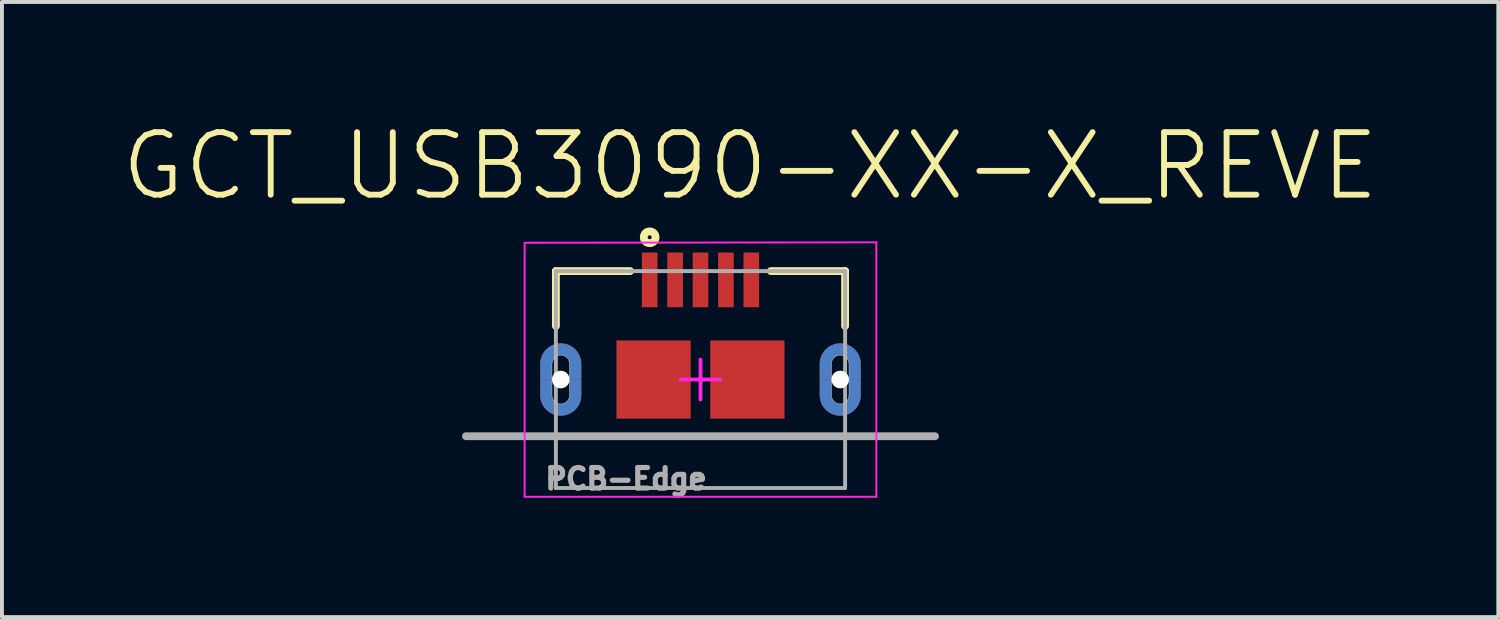
<source format=kicad_pcb>
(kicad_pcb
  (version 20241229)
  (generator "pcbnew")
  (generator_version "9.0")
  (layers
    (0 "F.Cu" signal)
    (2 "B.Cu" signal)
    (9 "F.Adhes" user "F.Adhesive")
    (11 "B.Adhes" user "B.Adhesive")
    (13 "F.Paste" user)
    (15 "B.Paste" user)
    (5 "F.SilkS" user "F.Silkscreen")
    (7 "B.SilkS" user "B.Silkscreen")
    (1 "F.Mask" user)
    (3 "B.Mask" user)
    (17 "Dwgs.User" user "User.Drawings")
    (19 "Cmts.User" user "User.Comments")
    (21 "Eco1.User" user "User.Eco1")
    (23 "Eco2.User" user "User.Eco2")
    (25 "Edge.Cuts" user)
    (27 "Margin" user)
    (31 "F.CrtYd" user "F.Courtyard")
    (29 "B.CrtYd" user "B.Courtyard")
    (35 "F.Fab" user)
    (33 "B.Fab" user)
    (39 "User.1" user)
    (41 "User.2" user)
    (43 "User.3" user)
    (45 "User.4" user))
  (footprint "GCT_USB3090-XX-X_REVE"
    (layer "F.Cu")
    (at 14.873 6.661)
    (property "Reference" "GCT_USB3090-XX-X_REVE" (at 1.27 -5.462 0) (layer "F.SilkS") (effects (font (size 1.6 1.6) (thickness 0.15))))
    (attr through_hole)
    (fp_poly (pts (xy -3.35 0) (xy -3.35 0.4) (xy -3.35 0.412) (xy -3.351 0.424) (xy -3.353 0.435) (xy -3.355 0.447) (xy -3.358 0.458) (xy -3.361 0.47) (xy -3.365 0.481) (xy -3.369 0.492) (xy -3.375 0.502) (xy -3.38 0.512) (xy -3.386 0.523) (xy -3.393 0.532) (xy -3.4 0.542) (xy -3.408 0.551) (xy -3.416 0.559) (xy -3.424 0.567) (xy -3.433 0.575) (xy -3.443 0.582) (xy -3.452 0.589) (xy -3.463 0.595) (xy -3.473 0.6) (xy -3.483 0.606) (xy -3.494 0.61) (xy -3.505 0.614) (xy -3.517 0.617) (xy -3.528 0.62) (xy -3.54 0.622) (xy -3.551 0.624) (xy -3.563 0.625) (xy -3.575 0.625) (xy -3.587 0.625) (xy -3.599 0.624) (xy -3.61 0.622) (xy -3.622 0.62) (xy -3.633 0.617) (xy -3.645 0.614) (xy -3.656 0.61) (xy -3.667 0.606) (xy -3.677 0.6) (xy -3.688 0.595) (xy -3.698 0.589) (xy -3.707 0.582) (xy -3.717 0.575) (xy -3.726 0.567) (xy -3.734 0.559) (xy -3.742 0.551) (xy -3.75 0.542) (xy -3.757 0.532) (xy -3.764 0.523) (xy -3.77 0.513) (xy -3.775 0.502) (xy -3.781 0.492) (xy -3.785 0.481) (xy -3.789 0.47) (xy -3.792 0.458) (xy -3.795 0.447) (xy -3.797 0.435) (xy -3.799 0.424) (xy -3.8 0.412) (xy -3.8 0.4) (xy -3.8 0) (xy -4.1 0) (xy -4.1 0.4) (xy -4.099 0.427) (xy -4.097 0.455) (xy -4.094 0.482) (xy -4.089 0.509) (xy -4.082 0.536) (xy -4.074 0.562) (xy -4.065 0.588) (xy -4.055 0.614) (xy -4.043 0.638) (xy -4.03 0.663) (xy -4.015 0.686) (xy -4 0.709) (xy -3.983 0.73) (xy -3.965 0.751) (xy -3.946 0.771) (xy -3.926 0.79) (xy -3.905 0.808) (xy -3.884 0.825) (xy -3.861 0.84) (xy -3.837 0.855) (xy -3.813 0.868) (xy -3.789 0.88) (xy -3.763 0.89) (xy -3.737 0.899) (xy -3.711 0.907) (xy -3.684 0.914) (xy -3.657 0.919) (xy -3.63 0.922) (xy -3.602 0.924) (xy -3.575 0.925) (xy -3.548 0.924) (xy -3.52 0.922) (xy -3.493 0.919) (xy -3.466 0.914) (xy -3.439 0.907) (xy -3.413 0.899) (xy -3.387 0.89) (xy -3.361 0.88) (xy -3.337 0.868) (xy -3.313 0.855) (xy -3.289 0.84) (xy -3.266 0.825) (xy -3.245 0.808) (xy -3.224 0.79) (xy -3.204 0.771) (xy -3.185 0.751) (xy -3.167 0.73) (xy -3.15 0.709) (xy -3.135 0.686) (xy -3.12 0.662) (xy -3.107 0.638) (xy -3.095 0.614) (xy -3.085 0.588) (xy -3.076 0.562) (xy -3.068 0.536) (xy -3.061 0.509) (xy -3.056 0.482) (xy -3.053 0.455) (xy -3.051 0.427) (xy -3.05 0.4) (xy -3.05 0) (xy -3.35 0)) (stroke (width 0.001) (type solid)) (fill yes) (layer "F.Cu"))
    (fp_poly (pts (xy 3.8 0) (xy 3.8 0.4) (xy 3.8 0.412) (xy 3.799 0.424) (xy 3.797 0.435) (xy 3.795 0.447) (xy 3.792 0.458) (xy 3.789 0.47) (xy 3.785 0.481) (xy 3.781 0.492) (xy 3.775 0.502) (xy 3.77 0.513) (xy 3.764 0.523) (xy 3.757 0.532) (xy 3.75 0.542) (xy 3.742 0.551) (xy 3.734 0.559) (xy 3.726 0.567) (xy 3.717 0.575) (xy 3.707 0.582) (xy 3.698 0.589) (xy 3.688 0.595) (xy 3.677 0.6) (xy 3.667 0.606) (xy 3.656 0.61) (xy 3.645 0.614) (xy 3.633 0.617) (xy 3.622 0.62) (xy 3.61 0.622) (xy 3.599 0.624) (xy 3.587 0.625) (xy 3.575 0.625) (xy 3.563 0.625) (xy 3.551 0.624) (xy 3.54 0.622) (xy 3.528 0.62) (xy 3.517 0.617) (xy 3.505 0.614) (xy 3.494 0.61) (xy 3.483 0.606) (xy 3.473 0.6) (xy 3.463 0.595) (xy 3.452 0.589) (xy 3.443 0.582) (xy 3.433 0.575) (xy 3.424 0.567) (xy 3.416 0.559) (xy 3.408 0.551) (xy 3.4 0.542) (xy 3.393 0.532) (xy 3.386 0.523) (xy 3.38 0.512) (xy 3.375 0.502) (xy 3.369 0.492) (xy 3.365 0.481) (xy 3.361 0.47) (xy 3.358 0.458) (xy 3.355 0.447) (xy 3.353 0.435) (xy 3.351 0.424) (xy 3.35 0.412) (xy 3.35 0.4) (xy 3.35 0) (xy 3.05 0) (xy 3.05 0.4) (xy 3.051 0.427) (xy 3.053 0.455) (xy 3.056 0.482) (xy 3.061 0.509) (xy 3.068 0.536) (xy 3.076 0.562) (xy 3.085 0.588) (xy 3.095 0.614) (xy 3.107 0.638) (xy 3.12 0.662) (xy 3.135 0.686) (xy 3.15 0.709) (xy 3.167 0.73) (xy 3.185 0.751) (xy 3.204 0.771) (xy 3.224 0.79) (xy 3.245 0.808) (xy 3.266 0.825) (xy 3.289 0.84) (xy 3.313 0.855) (xy 3.337 0.868) (xy 3.361 0.88) (xy 3.387 0.89) (xy 3.413 0.899) (xy 3.439 0.907) (xy 3.466 0.914) (xy 3.493 0.919) (xy 3.52 0.922) (xy 3.548 0.924) (xy 3.575 0.925) (xy 3.602 0.924) (xy 3.63 0.922) (xy 3.657 0.919) (xy 3.684 0.914) (xy 3.711 0.907) (xy 3.737 0.899) (xy 3.763 0.89) (xy 3.789 0.88) (xy 3.813 0.868) (xy 3.837 0.855) (xy 3.861 0.84) (xy 3.884 0.825) (xy 3.905 0.808) (xy 3.926 0.79) (xy 3.946 0.771) (xy 3.965 0.751) (xy 3.983 0.73) (xy 4 0.709) (xy 4.015 0.686) (xy 4.03 0.663) (xy 4.043 0.638) (xy 4.055 0.614) (xy 4.065 0.588) (xy 4.074 0.562) (xy 4.082 0.536) (xy 4.089 0.509) (xy 4.094 0.482) (xy 4.097 0.455) (xy 4.099 0.427) (xy 4.1 0.4) (xy 4.1 0) (xy 3.8 0)) (stroke (width 0.001) (type solid)) (fill yes) (layer "F.Cu"))
    (fp_poly (pts (xy -4.306 -1.15) (xy -2.85 -1.15) (xy -2.85 1.152) (xy -4.306 1.152)) (stroke (width 0.01) (type solid)) (fill yes) (layer "F.Mask"))
    (fp_poly (pts (xy 2.855 -1.15) (xy 4.3 -1.15) (xy 4.3 1.152) (xy 2.855 1.152)) (stroke (width 0.01) (type solid)) (fill yes) (layer "F.Mask"))
    (fp_poly (pts (xy -3.8 0) (xy -3.8 -0.4) (xy -3.8 -0.412) (xy -3.799 -0.424) (xy -3.797 -0.435) (xy -3.795 -0.447) (xy -3.792 -0.458) (xy -3.789 -0.47) (xy -3.785 -0.481) (xy -3.781 -0.492) (xy -3.775 -0.502) (xy -3.77 -0.513) (xy -3.764 -0.523) (xy -3.757 -0.532) (xy -3.75 -0.542) (xy -3.742 -0.551) (xy -3.734 -0.559) (xy -3.726 -0.567) (xy -3.717 -0.575) (xy -3.707 -0.582) (xy -3.698 -0.589) (xy -3.688 -0.595) (xy -3.677 -0.6) (xy -3.667 -0.606) (xy -3.656 -0.61) (xy -3.645 -0.614) (xy -3.633 -0.617) (xy -3.622 -0.62) (xy -3.61 -0.622) (xy -3.599 -0.624) (xy -3.587 -0.625) (xy -3.575 -0.625) (xy -3.563 -0.625) (xy -3.551 -0.624) (xy -3.54 -0.622) (xy -3.528 -0.62) (xy -3.517 -0.617) (xy -3.505 -0.614) (xy -3.494 -0.61) (xy -3.483 -0.606) (xy -3.473 -0.6) (xy -3.463 -0.595) (xy -3.452 -0.589) (xy -3.443 -0.582) (xy -3.433 -0.575) (xy -3.424 -0.567) (xy -3.416 -0.559) (xy -3.408 -0.551) (xy -3.4 -0.542) (xy -3.393 -0.532) (xy -3.386 -0.523) (xy -3.38 -0.512) (xy -3.375 -0.502) (xy -3.369 -0.492) (xy -3.365 -0.481) (xy -3.361 -0.47) (xy -3.358 -0.458) (xy -3.355 -0.447) (xy -3.353 -0.435) (xy -3.351 -0.424) (xy -3.35 -0.412) (xy -3.35 -0.4) (xy -3.35 0) (xy -3.05 0) (xy -3.05 -0.4) (xy -3.051 -0.427) (xy -3.053 -0.455) (xy -3.056 -0.482) (xy -3.061 -0.509) (xy -3.068 -0.536) (xy -3.076 -0.562) (xy -3.085 -0.588) (xy -3.095 -0.614) (xy -3.107 -0.638) (xy -3.12 -0.662) (xy -3.135 -0.686) (xy -3.15 -0.709) (xy -3.167 -0.73) (xy -3.185 -0.751) (xy -3.204 -0.771) (xy -3.224 -0.79) (xy -3.245 -0.808) (xy -3.266 -0.825) (xy -3.289 -0.84) (xy -3.313 -0.855) (xy -3.337 -0.868) (xy -3.361 -0.88) (xy -3.387 -0.89) (xy -3.413 -0.899) (xy -3.439 -0.907) (xy -3.466 -0.914) (xy -3.493 -0.919) (xy -3.52 -0.922) (xy -3.548 -0.924) (xy -3.575 -0.925) (xy -3.602 -0.924) (xy -3.63 -0.922) (xy -3.657 -0.919) (xy -3.684 -0.914) (xy -3.711 -0.907) (xy -3.737 -0.899) (xy -3.763 -0.89) (xy -3.789 -0.88) (xy -3.813 -0.868) (xy -3.837 -0.855) (xy -3.861 -0.84) (xy -3.884 -0.825) (xy -3.905 -0.808) (xy -3.926 -0.79) (xy -3.946 -0.771) (xy -3.965 -0.751) (xy -3.983 -0.73) (xy -4 -0.709) (xy -4.015 -0.686) (xy -4.03 -0.663) (xy -4.043 -0.638) (xy -4.055 -0.614) (xy -4.065 -0.588) (xy -4.074 -0.562) (xy -4.082 -0.536) (xy -4.089 -0.509) (xy -4.094 -0.482) (xy -4.097 -0.455) (xy -4.099 -0.427) (xy -4.1 -0.4) (xy -4.1 0) (xy -3.8 0)) (stroke (width 0.001) (type solid)) (fill yes) (layer "B.Cu"))
    (fp_poly (pts (xy -3.35 0) (xy -3.35 0.4) (xy -3.35 0.412) (xy -3.351 0.424) (xy -3.353 0.435) (xy -3.355 0.447) (xy -3.358 0.458) (xy -3.361 0.47) (xy -3.365 0.481) (xy -3.369 0.492) (xy -3.375 0.502) (xy -3.38 0.512) (xy -3.386 0.523) (xy -3.393 0.532) (xy -3.4 0.542) (xy -3.408 0.551) (xy -3.416 0.559) (xy -3.424 0.567) (xy -3.433 0.575) (xy -3.443 0.582) (xy -3.452 0.589) (xy -3.463 0.595) (xy -3.473 0.6) (xy -3.483 0.606) (xy -3.494 0.61) (xy -3.505 0.614) (xy -3.517 0.617) (xy -3.528 0.62) (xy -3.54 0.622) (xy -3.551 0.624) (xy -3.563 0.625) (xy -3.575 0.625) (xy -3.587 0.625) (xy -3.599 0.624) (xy -3.61 0.622) (xy -3.622 0.62) (xy -3.633 0.617) (xy -3.645 0.614) (xy -3.656 0.61) (xy -3.667 0.606) (xy -3.677 0.6) (xy -3.688 0.595) (xy -3.698 0.589) (xy -3.707 0.582) (xy -3.717 0.575) (xy -3.726 0.567) (xy -3.734 0.559) (xy -3.742 0.551) (xy -3.75 0.542) (xy -3.757 0.532) (xy -3.764 0.523) (xy -3.77 0.513) (xy -3.775 0.502) (xy -3.781 0.492) (xy -3.785 0.481) (xy -3.789 0.47) (xy -3.792 0.458) (xy -3.795 0.447) (xy -3.797 0.435) (xy -3.799 0.424) (xy -3.8 0.412) (xy -3.8 0.4) (xy -3.8 0) (xy -4.1 0) (xy -4.1 0.4) (xy -4.099 0.427) (xy -4.097 0.455) (xy -4.094 0.482) (xy -4.089 0.509) (xy -4.082 0.536) (xy -4.074 0.562) (xy -4.065 0.588) (xy -4.055 0.614) (xy -4.043 0.638) (xy -4.03 0.663) (xy -4.015 0.686) (xy -4 0.709) (xy -3.983 0.73) (xy -3.965 0.751) (xy -3.946 0.771) (xy -3.926 0.79) (xy -3.905 0.808) (xy -3.884 0.825) (xy -3.861 0.84) (xy -3.837 0.855) (xy -3.813 0.868) (xy -3.789 0.88) (xy -3.763 0.89) (xy -3.737 0.899) (xy -3.711 0.907) (xy -3.684 0.914) (xy -3.657 0.919) (xy -3.63 0.922) (xy -3.602 0.924) (xy -3.575 0.925) (xy -3.548 0.924) (xy -3.52 0.922) (xy -3.493 0.919) (xy -3.466 0.914) (xy -3.439 0.907) (xy -3.413 0.899) (xy -3.387 0.89) (xy -3.361 0.88) (xy -3.337 0.868) (xy -3.313 0.855) (xy -3.289 0.84) (xy -3.266 0.825) (xy -3.245 0.808) (xy -3.224 0.79) (xy -3.204 0.771) (xy -3.185 0.751) (xy -3.167 0.73) (xy -3.15 0.709) (xy -3.135 0.686) (xy -3.12 0.662) (xy -3.107 0.638) (xy -3.095 0.614) (xy -3.085 0.588) (xy -3.076 0.562) (xy -3.068 0.536) (xy -3.061 0.509) (xy -3.056 0.482) (xy -3.053 0.455) (xy -3.051 0.427) (xy -3.05 0.4) (xy -3.05 0) (xy -3.35 0)) (stroke (width 0.001) (type solid)) (fill yes) (layer "B.Cu"))
    (fp_poly (pts (xy 3.35 0) (xy 3.35 -0.4) (xy 3.35 -0.412) (xy 3.351 -0.424) (xy 3.353 -0.435) (xy 3.355 -0.447) (xy 3.358 -0.458) (xy 3.361 -0.47) (xy 3.365 -0.481) (xy 3.369 -0.492) (xy 3.375 -0.502) (xy 3.38 -0.512) (xy 3.386 -0.523) (xy 3.393 -0.532) (xy 3.4 -0.542) (xy 3.408 -0.551) (xy 3.416 -0.559) (xy 3.424 -0.567) (xy 3.433 -0.575) (xy 3.443 -0.582) (xy 3.452 -0.589) (xy 3.463 -0.595) (xy 3.473 -0.6) (xy 3.483 -0.606) (xy 3.494 -0.61) (xy 3.505 -0.614) (xy 3.517 -0.617) (xy 3.528 -0.62) (xy 3.54 -0.622) (xy 3.551 -0.624) (xy 3.563 -0.625) (xy 3.575 -0.625) (xy 3.587 -0.625) (xy 3.599 -0.624) (xy 3.61 -0.622) (xy 3.622 -0.62) (xy 3.633 -0.617) (xy 3.645 -0.614) (xy 3.656 -0.61) (xy 3.667 -0.606) (xy 3.677 -0.6) (xy 3.688 -0.595) (xy 3.698 -0.589) (xy 3.707 -0.582) (xy 3.717 -0.575) (xy 3.726 -0.567) (xy 3.734 -0.559) (xy 3.742 -0.551) (xy 3.75 -0.542) (xy 3.757 -0.532) (xy 3.764 -0.523) (xy 3.77 -0.513) (xy 3.775 -0.502) (xy 3.781 -0.492) (xy 3.785 -0.481) (xy 3.789 -0.47) (xy 3.792 -0.458) (xy 3.795 -0.447) (xy 3.797 -0.435) (xy 3.799 -0.424) (xy 3.8 -0.412) (xy 3.8 -0.4) (xy 3.8 0) (xy 4.1 0) (xy 4.1 -0.4) (xy 4.099 -0.427) (xy 4.097 -0.455) (xy 4.094 -0.482) (xy 4.089 -0.509) (xy 4.082 -0.536) (xy 4.074 -0.562) (xy 4.065 -0.588) (xy 4.055 -0.614) (xy 4.043 -0.638) (xy 4.03 -0.663) (xy 4.015 -0.686) (xy 4 -0.709) (xy 3.983 -0.73) (xy 3.965 -0.751) (xy 3.946 -0.771) (xy 3.926 -0.79) (xy 3.905 -0.808) (xy 3.884 -0.825) (xy 3.861 -0.84) (xy 3.837 -0.855) (xy 3.813 -0.868) (xy 3.789 -0.88) (xy 3.763 -0.89) (xy 3.737 -0.899) (xy 3.711 -0.907) (xy 3.684 -0.914) (xy 3.657 -0.919) (xy 3.63 -0.922) (xy 3.602 -0.924) (xy 3.575 -0.925) (xy 3.548 -0.924) (xy 3.52 -0.922) (xy 3.493 -0.919) (xy 3.466 -0.914) (xy 3.439 -0.907) (xy 3.413 -0.899) (xy 3.387 -0.89) (xy 3.361 -0.88) (xy 3.337 -0.868) (xy 3.313 -0.855) (xy 3.289 -0.84) (xy 3.266 -0.825) (xy 3.245 -0.808) (xy 3.224 -0.79) (xy 3.204 -0.771) (xy 3.185 -0.751) (xy 3.167 -0.73) (xy 3.15 -0.709) (xy 3.135 -0.686) (xy 3.12 -0.662) (xy 3.107 -0.638) (xy 3.095 -0.614) (xy 3.085 -0.588) (xy 3.076 -0.562) (xy 3.068 -0.536) (xy 3.061 -0.509) (xy 3.056 -0.482) (xy 3.053 -0.455) (xy 3.051 -0.427) (xy 3.05 -0.4) (xy 3.05 0) (xy 3.35 0)) (stroke (width 0.001) (type solid)) (fill yes) (layer "B.Cu"))
    (fp_poly (pts (xy 3.8 0) (xy 3.8 0.4) (xy 3.8 0.412) (xy 3.799 0.424) (xy 3.797 0.435) (xy 3.795 0.447) (xy 3.792 0.458) (xy 3.789 0.47) (xy 3.785 0.481) (xy 3.781 0.492) (xy 3.775 0.502) (xy 3.77 0.513) (xy 3.764 0.523) (xy 3.757 0.532) (xy 3.75 0.542) (xy 3.742 0.551) (xy 3.734 0.559) (xy 3.726 0.567) (xy 3.717 0.575) (xy 3.707 0.582) (xy 3.698 0.589) (xy 3.688 0.595) (xy 3.677 0.6) (xy 3.667 0.606) (xy 3.656 0.61) (xy 3.645 0.614) (xy 3.633 0.617) (xy 3.622 0.62) (xy 3.61 0.622) (xy 3.599 0.624) (xy 3.587 0.625) (xy 3.575 0.625) (xy 3.563 0.625) (xy 3.551 0.624) (xy 3.54 0.622) (xy 3.528 0.62) (xy 3.517 0.617) (xy 3.505 0.614) (xy 3.494 0.61) (xy 3.483 0.606) (xy 3.473 0.6) (xy 3.463 0.595) (xy 3.452 0.589) (xy 3.443 0.582) (xy 3.433 0.575) (xy 3.424 0.567) (xy 3.416 0.559) (xy 3.408 0.551) (xy 3.4 0.542) (xy 3.393 0.532) (xy 3.386 0.523) (xy 3.38 0.512) (xy 3.375 0.502) (xy 3.369 0.492) (xy 3.365 0.481) (xy 3.361 0.47) (xy 3.358 0.458) (xy 3.355 0.447) (xy 3.353 0.435) (xy 3.351 0.424) (xy 3.35 0.412) (xy 3.35 0.4) (xy 3.35 0) (xy 3.05 0) (xy 3.05 0.4) (xy 3.051 0.427) (xy 3.053 0.455) (xy 3.056 0.482) (xy 3.061 0.509) (xy 3.068 0.536) (xy 3.076 0.562) (xy 3.085 0.588) (xy 3.095 0.614) (xy 3.107 0.638) (xy 3.12 0.662) (xy 3.135 0.686) (xy 3.15 0.709) (xy 3.167 0.73) (xy 3.185 0.751) (xy 3.204 0.771) (xy 3.224 0.79) (xy 3.245 0.808) (xy 3.266 0.825) (xy 3.289 0.84) (xy 3.313 0.855) (xy 3.337 0.868) (xy 3.361 0.88) (xy 3.387 0.89) (xy 3.413 0.899) (xy 3.439 0.907) (xy 3.466 0.914) (xy 3.493 0.919) (xy 3.52 0.922) (xy 3.548 0.924) (xy 3.575 0.925) (xy 3.602 0.924) (xy 3.63 0.922) (xy 3.657 0.919) (xy 3.684 0.914) (xy 3.711 0.907) (xy 3.737 0.899) (xy 3.763 0.89) (xy 3.789 0.88) (xy 3.813 0.868) (xy 3.837 0.855) (xy 3.861 0.84) (xy 3.884 0.825) (xy 3.905 0.808) (xy 3.926 0.79) (xy 3.946 0.771) (xy 3.965 0.751) (xy 3.983 0.73) (xy 4 0.709) (xy 4.015 0.686) (xy 4.03 0.663) (xy 4.043 0.638) (xy 4.055 0.614) (xy 4.065 0.588) (xy 4.074 0.562) (xy 4.082 0.536) (xy 4.089 0.509) (xy 4.094 0.482) (xy 4.097 0.455) (xy 4.099 0.427) (xy 4.1 0.4) (xy 4.1 0) (xy 3.8 0)) (stroke (width 0.001) (type solid)) (fill yes) (layer "B.Cu"))
    (fp_poly (pts (xy -4.307 -1.15) (xy -2.85 -1.15) (xy -2.85 1.152) (xy -4.307 1.152)) (stroke (width 0.01) (type solid)) (fill yes) (layer "B.Mask"))
    (fp_poly (pts (xy 2.855 -1.15) (xy 4.3 -1.15) (xy 4.3 1.152) (xy 2.855 1.152)) (stroke (width 0.01) (type solid)) (fill yes) (layer "B.Mask"))
    (fp_line (start -3.7 -2.775) (end -1.8 -2.775) (stroke (width 0.2) (type solid)) (layer "F.SilkS"))
    (fp_line (start -3.7 -1.37) (end -3.7 -2.775) (stroke (width 0.2) (type solid)) (layer "F.SilkS"))
    (fp_line (start 1.8 -2.775) (end 3.7 -2.775) (stroke (width 0.2) (type solid)) (layer "F.SilkS"))
    (fp_line (start 3.7 -1.37) (end 3.7 -2.775) (stroke (width 0.2) (type solid)) (layer "F.SilkS"))
    (fp_circle (center -1.3 -3.64) (end -1.249 -3.64) (stroke (width 0.2) (type solid)) (fill no) (layer "F.SilkS"))
    (fp_poly (pts (xy -3.8 0) (xy -3.8 -0.4) (xy -3.8 -0.412) (xy -3.799 -0.424) (xy -3.797 -0.435) (xy -3.795 -0.447) (xy -3.792 -0.458) (xy -3.789 -0.47) (xy -3.785 -0.481) (xy -3.781 -0.492) (xy -3.775 -0.502) (xy -3.77 -0.513) (xy -3.764 -0.523) (xy -3.757 -0.532) (xy -3.75 -0.542) (xy -3.742 -0.551) (xy -3.734 -0.559) (xy -3.726 -0.567) (xy -3.717 -0.575) (xy -3.707 -0.582) (xy -3.698 -0.589) (xy -3.688 -0.595) (xy -3.677 -0.6) (xy -3.667 -0.606) (xy -3.656 -0.61) (xy -3.645 -0.614) (xy -3.633 -0.617) (xy -3.622 -0.62) (xy -3.61 -0.622) (xy -3.599 -0.624) (xy -3.587 -0.625) (xy -3.575 -0.625) (xy -3.563 -0.625) (xy -3.551 -0.624) (xy -3.54 -0.622) (xy -3.528 -0.62) (xy -3.517 -0.617) (xy -3.505 -0.614) (xy -3.494 -0.61) (xy -3.483 -0.606) (xy -3.473 -0.6) (xy -3.463 -0.595) (xy -3.452 -0.589) (xy -3.443 -0.582) (xy -3.433 -0.575) (xy -3.424 -0.567) (xy -3.416 -0.559) (xy -3.408 -0.551) (xy -3.4 -0.542) (xy -3.393 -0.532) (xy -3.386 -0.523) (xy -3.38 -0.512) (xy -3.375 -0.502) (xy -3.369 -0.492) (xy -3.365 -0.481) (xy -3.361 -0.47) (xy -3.358 -0.458) (xy -3.355 -0.447) (xy -3.353 -0.435) (xy -3.351 -0.424) (xy -3.35 -0.412) (xy -3.35 -0.4) (xy -3.35 0) (xy -3.05 0) (xy -3.05 -0.4) (xy -3.051 -0.427) (xy -3.053 -0.455) (xy -3.056 -0.482) (xy -3.061 -0.509) (xy -3.068 -0.536) (xy -3.076 -0.562) (xy -3.085 -0.588) (xy -3.095 -0.614) (xy -3.107 -0.638) (xy -3.12 -0.662) (xy -3.135 -0.686) (xy -3.15 -0.709) (xy -3.167 -0.73) (xy -3.185 -0.751) (xy -3.204 -0.771) (xy -3.224 -0.79) (xy -3.245 -0.808) (xy -3.266 -0.825) (xy -3.289 -0.84) (xy -3.313 -0.855) (xy -3.337 -0.868) (xy -3.361 -0.88) (xy -3.387 -0.89) (xy -3.413 -0.899) (xy -3.439 -0.907) (xy -3.466 -0.914) (xy -3.493 -0.919) (xy -3.52 -0.922) (xy -3.548 -0.924) (xy -3.575 -0.925) (xy -3.602 -0.924) (xy -3.63 -0.922) (xy -3.657 -0.919) (xy -3.684 -0.914) (xy -3.711 -0.907) (xy -3.737 -0.899) (xy -3.763 -0.89) (xy -3.789 -0.88) (xy -3.813 -0.868) (xy -3.837 -0.855) (xy -3.861 -0.84) (xy -3.884 -0.825) (xy -3.905 -0.808) (xy -3.926 -0.79) (xy -3.946 -0.771) (xy -3.965 -0.751) (xy -3.983 -0.73) (xy -4 -0.709) (xy -4.015 -0.686) (xy -4.03 -0.663) (xy -4.043 -0.638) (xy -4.055 -0.614) (xy -4.065 -0.588) (xy -4.074 -0.562) (xy -4.082 -0.536) (xy -4.089 -0.509) (xy -4.094 -0.482) (xy -4.097 -0.455) (xy -4.099 -0.427) (xy -4.1 -0.4) (xy -4.1 0) (xy -3.8 0)) (stroke (width 0.001) (type solid)) (fill yes) (layer "F.Paste"))
    (fp_poly (pts (xy -3.35 0) (xy -3.35 0.4) (xy -3.35 0.412) (xy -3.351 0.424) (xy -3.353 0.435) (xy -3.355 0.447) (xy -3.358 0.458) (xy -3.361 0.47) (xy -3.365 0.481) (xy -3.369 0.492) (xy -3.375 0.502) (xy -3.38 0.512) (xy -3.386 0.523) (xy -3.393 0.532) (xy -3.4 0.542) (xy -3.408 0.551) (xy -3.416 0.559) (xy -3.424 0.567) (xy -3.433 0.575) (xy -3.443 0.582) (xy -3.452 0.589) (xy -3.463 0.595) (xy -3.473 0.6) (xy -3.483 0.606) (xy -3.494 0.61) (xy -3.505 0.614) (xy -3.517 0.617) (xy -3.528 0.62) (xy -3.54 0.622) (xy -3.551 0.624) (xy -3.563 0.625) (xy -3.575 0.625) (xy -3.587 0.625) (xy -3.599 0.624) (xy -3.61 0.622) (xy -3.622 0.62) (xy -3.633 0.617) (xy -3.645 0.614) (xy -3.656 0.61) (xy -3.667 0.606) (xy -3.677 0.6) (xy -3.688 0.595) (xy -3.698 0.589) (xy -3.707 0.582) (xy -3.717 0.575) (xy -3.726 0.567) (xy -3.734 0.559) (xy -3.742 0.551) (xy -3.75 0.542) (xy -3.757 0.532) (xy -3.764 0.523) (xy -3.77 0.513) (xy -3.775 0.502) (xy -3.781 0.492) (xy -3.785 0.481) (xy -3.789 0.47) (xy -3.792 0.458) (xy -3.795 0.447) (xy -3.797 0.435) (xy -3.799 0.424) (xy -3.8 0.412) (xy -3.8 0.4) (xy -3.8 0) (xy -4.1 0) (xy -4.1 0.4) (xy -4.099 0.427) (xy -4.097 0.455) (xy -4.094 0.482) (xy -4.089 0.509) (xy -4.082 0.536) (xy -4.074 0.562) (xy -4.065 0.588) (xy -4.055 0.614) (xy -4.043 0.638) (xy -4.03 0.663) (xy -4.015 0.686) (xy -4 0.709) (xy -3.983 0.73) (xy -3.965 0.751) (xy -3.946 0.771) (xy -3.926 0.79) (xy -3.905 0.808) (xy -3.884 0.825) (xy -3.861 0.84) (xy -3.837 0.855) (xy -3.813 0.868) (xy -3.789 0.88) (xy -3.763 0.89) (xy -3.737 0.899) (xy -3.711 0.907) (xy -3.684 0.914) (xy -3.657 0.919) (xy -3.63 0.922) (xy -3.602 0.924) (xy -3.575 0.925) (xy -3.548 0.924) (xy -3.52 0.922) (xy -3.493 0.919) (xy -3.466 0.914) (xy -3.439 0.907) (xy -3.413 0.899) (xy -3.387 0.89) (xy -3.361 0.88) (xy -3.337 0.868) (xy -3.313 0.855) (xy -3.289 0.84) (xy -3.266 0.825) (xy -3.245 0.808) (xy -3.224 0.79) (xy -3.204 0.771) (xy -3.185 0.751) (xy -3.167 0.73) (xy -3.15 0.709) (xy -3.135 0.686) (xy -3.12 0.662) (xy -3.107 0.638) (xy -3.095 0.614) (xy -3.085 0.588) (xy -3.076 0.562) (xy -3.068 0.536) (xy -3.061 0.509) (xy -3.056 0.482) (xy -3.053 0.455) (xy -3.051 0.427) (xy -3.05 0.4) (xy -3.05 0) (xy -3.35 0)) (stroke (width 0.001) (type solid)) (fill yes) (layer "F.Paste"))
    (fp_poly (pts (xy 3.35 0) (xy 3.35 -0.4) (xy 3.35 -0.412) (xy 3.351 -0.424) (xy 3.353 -0.435) (xy 3.355 -0.447) (xy 3.358 -0.458) (xy 3.361 -0.47) (xy 3.365 -0.481) (xy 3.369 -0.492) (xy 3.375 -0.502) (xy 3.38 -0.512) (xy 3.386 -0.523) (xy 3.393 -0.532) (xy 3.4 -0.542) (xy 3.408 -0.551) (xy 3.416 -0.559) (xy 3.424 -0.567) (xy 3.433 -0.575) (xy 3.443 -0.582) (xy 3.452 -0.589) (xy 3.463 -0.595) (xy 3.473 -0.6) (xy 3.483 -0.606) (xy 3.494 -0.61) (xy 3.505 -0.614) (xy 3.517 -0.617) (xy 3.528 -0.62) (xy 3.54 -0.622) (xy 3.551 -0.624) (xy 3.563 -0.625) (xy 3.575 -0.625) (xy 3.587 -0.625) (xy 3.599 -0.624) (xy 3.61 -0.622) (xy 3.622 -0.62) (xy 3.633 -0.617) (xy 3.645 -0.614) (xy 3.656 -0.61) (xy 3.667 -0.606) (xy 3.677 -0.6) (xy 3.688 -0.595) (xy 3.698 -0.589) (xy 3.707 -0.582) (xy 3.717 -0.575) (xy 3.726 -0.567) (xy 3.734 -0.559) (xy 3.742 -0.551) (xy 3.75 -0.542) (xy 3.757 -0.532) (xy 3.764 -0.523) (xy 3.77 -0.513) (xy 3.775 -0.502) (xy 3.781 -0.492) (xy 3.785 -0.481) (xy 3.789 -0.47) (xy 3.792 -0.458) (xy 3.795 -0.447) (xy 3.797 -0.435) (xy 3.799 -0.424) (xy 3.8 -0.412) (xy 3.8 -0.4) (xy 3.8 0) (xy 4.1 0) (xy 4.1 -0.4) (xy 4.099 -0.427) (xy 4.097 -0.455) (xy 4.094 -0.482) (xy 4.089 -0.509) (xy 4.082 -0.536) (xy 4.074 -0.562) (xy 4.065 -0.588) (xy 4.055 -0.614) (xy 4.043 -0.638) (xy 4.03 -0.663) (xy 4.015 -0.686) (xy 4 -0.709) (xy 3.983 -0.73) (xy 3.965 -0.751) (xy 3.946 -0.771) (xy 3.926 -0.79) (xy 3.905 -0.808) (xy 3.884 -0.825) (xy 3.861 -0.84) (xy 3.837 -0.855) (xy 3.813 -0.868) (xy 3.789 -0.88) (xy 3.763 -0.89) (xy 3.737 -0.899) (xy 3.711 -0.907) (xy 3.684 -0.914) (xy 3.657 -0.919) (xy 3.63 -0.922) (xy 3.602 -0.924) (xy 3.575 -0.925) (xy 3.548 -0.924) (xy 3.52 -0.922) (xy 3.493 -0.919) (xy 3.466 -0.914) (xy 3.439 -0.907) (xy 3.413 -0.899) (xy 3.387 -0.89) (xy 3.361 -0.88) (xy 3.337 -0.868) (xy 3.313 -0.855) (xy 3.289 -0.84) (xy 3.266 -0.825) (xy 3.245 -0.808) (xy 3.224 -0.79) (xy 3.204 -0.771) (xy 3.185 -0.751) (xy 3.167 -0.73) (xy 3.15 -0.709) (xy 3.135 -0.686) (xy 3.12 -0.662) (xy 3.107 -0.638) (xy 3.095 -0.614) (xy 3.085 -0.588) (xy 3.076 -0.562) (xy 3.068 -0.536) (xy 3.061 -0.509) (xy 3.056 -0.482) (xy 3.053 -0.455) (xy 3.051 -0.427) (xy 3.05 -0.4) (xy 3.05 0) (xy 3.35 0)) (stroke (width 0.001) (type solid)) (fill yes) (layer "F.Paste"))
    (fp_poly (pts (xy 3.8 0) (xy 3.8 0.4) (xy 3.8 0.412) (xy 3.799 0.424) (xy 3.797 0.435) (xy 3.795 0.447) (xy 3.792 0.458) (xy 3.789 0.47) (xy 3.785 0.481) (xy 3.781 0.492) (xy 3.775 0.502) (xy 3.77 0.513) (xy 3.764 0.523) (xy 3.757 0.532) (xy 3.75 0.542) (xy 3.742 0.551) (xy 3.734 0.559) (xy 3.726 0.567) (xy 3.717 0.575) (xy 3.707 0.582) (xy 3.698 0.589) (xy 3.688 0.595) (xy 3.677 0.6) (xy 3.667 0.606) (xy 3.656 0.61) (xy 3.645 0.614) (xy 3.633 0.617) (xy 3.622 0.62) (xy 3.61 0.622) (xy 3.599 0.624) (xy 3.587 0.625) (xy 3.575 0.625) (xy 3.563 0.625) (xy 3.551 0.624) (xy 3.54 0.622) (xy 3.528 0.62) (xy 3.517 0.617) (xy 3.505 0.614) (xy 3.494 0.61) (xy 3.483 0.606) (xy 3.473 0.6) (xy 3.463 0.595) (xy 3.452 0.589) (xy 3.443 0.582) (xy 3.433 0.575) (xy 3.424 0.567) (xy 3.416 0.559) (xy 3.408 0.551) (xy 3.4 0.542) (xy 3.393 0.532) (xy 3.386 0.523) (xy 3.38 0.512) (xy 3.375 0.502) (xy 3.369 0.492) (xy 3.365 0.481) (xy 3.361 0.47) (xy 3.358 0.458) (xy 3.355 0.447) (xy 3.353 0.435) (xy 3.351 0.424) (xy 3.35 0.412) (xy 3.35 0.4) (xy 3.35 0) (xy 3.05 0) (xy 3.05 0.4) (xy 3.051 0.427) (xy 3.053 0.455) (xy 3.056 0.482) (xy 3.061 0.509) (xy 3.068 0.536) (xy 3.076 0.562) (xy 3.085 0.588) (xy 3.095 0.614) (xy 3.107 0.638) (xy 3.12 0.662) (xy 3.135 0.686) (xy 3.15 0.709) (xy 3.167 0.73) (xy 3.185 0.751) (xy 3.204 0.771) (xy 3.224 0.79) (xy 3.245 0.808) (xy 3.266 0.825) (xy 3.289 0.84) (xy 3.313 0.855) (xy 3.337 0.868) (xy 3.361 0.88) (xy 3.387 0.89) (xy 3.413 0.899) (xy 3.439 0.907) (xy 3.466 0.914) (xy 3.493 0.919) (xy 3.52 0.922) (xy 3.548 0.924) (xy 3.575 0.925) (xy 3.602 0.924) (xy 3.63 0.922) (xy 3.657 0.919) (xy 3.684 0.914) (xy 3.711 0.907) (xy 3.737 0.899) (xy 3.763 0.89) (xy 3.789 0.88) (xy 3.813 0.868) (xy 3.837 0.855) (xy 3.861 0.84) (xy 3.884 0.825) (xy 3.905 0.808) (xy 3.926 0.79) (xy 3.946 0.771) (xy 3.965 0.751) (xy 3.983 0.73) (xy 4 0.709) (xy 4.015 0.686) (xy 4.03 0.663) (xy 4.043 0.638) (xy 4.055 0.614) (xy 4.065 0.588) (xy 4.074 0.562) (xy 4.082 0.536) (xy 4.089 0.509) (xy 4.094 0.482) (xy 4.097 0.455) (xy 4.099 0.427) (xy 4.1 0.4) (xy 4.1 0) (xy 3.8 0)) (stroke (width 0.001) (type solid)) (fill yes) (layer "F.Paste"))
    (fp_poly (pts (xy -3.8 0) (xy -3.8 -0.4) (xy -3.8 -0.412) (xy -3.799 -0.424) (xy -3.797 -0.435) (xy -3.795 -0.447) (xy -3.792 -0.458) (xy -3.789 -0.47) (xy -3.785 -0.481) (xy -3.781 -0.492) (xy -3.775 -0.502) (xy -3.77 -0.513) (xy -3.764 -0.523) (xy -3.757 -0.532) (xy -3.75 -0.542) (xy -3.742 -0.551) (xy -3.734 -0.559) (xy -3.726 -0.567) (xy -3.717 -0.575) (xy -3.707 -0.582) (xy -3.698 -0.589) (xy -3.688 -0.595) (xy -3.677 -0.6) (xy -3.667 -0.606) (xy -3.656 -0.61) (xy -3.645 -0.614) (xy -3.633 -0.617) (xy -3.622 -0.62) (xy -3.61 -0.622) (xy -3.599 -0.624) (xy -3.587 -0.625) (xy -3.575 -0.625) (xy -3.563 -0.625) (xy -3.551 -0.624) (xy -3.54 -0.622) (xy -3.528 -0.62) (xy -3.517 -0.617) (xy -3.505 -0.614) (xy -3.494 -0.61) (xy -3.483 -0.606) (xy -3.473 -0.6) (xy -3.463 -0.595) (xy -3.452 -0.589) (xy -3.443 -0.582) (xy -3.433 -0.575) (xy -3.424 -0.567) (xy -3.416 -0.559) (xy -3.408 -0.551) (xy -3.4 -0.542) (xy -3.393 -0.532) (xy -3.386 -0.523) (xy -3.38 -0.512) (xy -3.375 -0.502) (xy -3.369 -0.492) (xy -3.365 -0.481) (xy -3.361 -0.47) (xy -3.358 -0.458) (xy -3.355 -0.447) (xy -3.353 -0.435) (xy -3.351 -0.424) (xy -3.35 -0.412) (xy -3.35 -0.4) (xy -3.35 0) (xy -3.05 0) (xy -3.05 -0.4) (xy -3.051 -0.427) (xy -3.053 -0.455) (xy -3.056 -0.482) (xy -3.061 -0.509) (xy -3.068 -0.536) (xy -3.076 -0.562) (xy -3.085 -0.588) (xy -3.095 -0.614) (xy -3.107 -0.638) (xy -3.12 -0.662) (xy -3.135 -0.686) (xy -3.15 -0.709) (xy -3.167 -0.73) (xy -3.185 -0.751) (xy -3.204 -0.771) (xy -3.224 -0.79) (xy -3.245 -0.808) (xy -3.266 -0.825) (xy -3.289 -0.84) (xy -3.313 -0.855) (xy -3.337 -0.868) (xy -3.361 -0.88) (xy -3.387 -0.89) (xy -3.413 -0.899) (xy -3.439 -0.907) (xy -3.466 -0.914) (xy -3.493 -0.919) (xy -3.52 -0.922) (xy -3.548 -0.924) (xy -3.575 -0.925) (xy -3.602 -0.924) (xy -3.63 -0.922) (xy -3.657 -0.919) (xy -3.684 -0.914) (xy -3.711 -0.907) (xy -3.737 -0.899) (xy -3.763 -0.89) (xy -3.789 -0.88) (xy -3.813 -0.868) (xy -3.837 -0.855) (xy -3.861 -0.84) (xy -3.884 -0.825) (xy -3.905 -0.808) (xy -3.926 -0.79) (xy -3.946 -0.771) (xy -3.965 -0.751) (xy -3.983 -0.73) (xy -4 -0.709) (xy -4.015 -0.686) (xy -4.03 -0.663) (xy -4.043 -0.638) (xy -4.055 -0.614) (xy -4.065 -0.588) (xy -4.074 -0.562) (xy -4.082 -0.536) (xy -4.089 -0.509) (xy -4.094 -0.482) (xy -4.097 -0.455) (xy -4.099 -0.427) (xy -4.1 -0.4) (xy -4.1 0) (xy -3.8 0)) (stroke (width 0.001) (type solid)) (fill yes) (layer "B.Paste"))
    (fp_poly (pts (xy -3.35 0) (xy -3.35 0.4) (xy -3.35 0.412) (xy -3.351 0.424) (xy -3.353 0.435) (xy -3.355 0.447) (xy -3.358 0.458) (xy -3.361 0.47) (xy -3.365 0.481) (xy -3.369 0.492) (xy -3.375 0.502) (xy -3.38 0.512) (xy -3.386 0.523) (xy -3.393 0.532) (xy -3.4 0.542) (xy -3.408 0.551) (xy -3.416 0.559) (xy -3.424 0.567) (xy -3.433 0.575) (xy -3.443 0.582) (xy -3.452 0.589) (xy -3.463 0.595) (xy -3.473 0.6) (xy -3.483 0.606) (xy -3.494 0.61) (xy -3.505 0.614) (xy -3.517 0.617) (xy -3.528 0.62) (xy -3.54 0.622) (xy -3.551 0.624) (xy -3.563 0.625) (xy -3.575 0.625) (xy -3.587 0.625) (xy -3.599 0.624) (xy -3.61 0.622) (xy -3.622 0.62) (xy -3.633 0.617) (xy -3.645 0.614) (xy -3.656 0.61) (xy -3.667 0.606) (xy -3.677 0.6) (xy -3.688 0.595) (xy -3.698 0.589) (xy -3.707 0.582) (xy -3.717 0.575) (xy -3.726 0.567) (xy -3.734 0.559) (xy -3.742 0.551) (xy -3.75 0.542) (xy -3.757 0.532) (xy -3.764 0.523) (xy -3.77 0.513) (xy -3.775 0.502) (xy -3.781 0.492) (xy -3.785 0.481) (xy -3.789 0.47) (xy -3.792 0.458) (xy -3.795 0.447) (xy -3.797 0.435) (xy -3.799 0.424) (xy -3.8 0.412) (xy -3.8 0.4) (xy -3.8 0) (xy -4.1 0) (xy -4.1 0.4) (xy -4.099 0.427) (xy -4.097 0.455) (xy -4.094 0.482) (xy -4.089 0.509) (xy -4.082 0.536) (xy -4.074 0.562) (xy -4.065 0.588) (xy -4.055 0.614) (xy -4.043 0.638) (xy -4.03 0.663) (xy -4.015 0.686) (xy -4 0.709) (xy -3.983 0.73) (xy -3.965 0.751) (xy -3.946 0.771) (xy -3.926 0.79) (xy -3.905 0.808) (xy -3.884 0.825) (xy -3.861 0.84) (xy -3.837 0.855) (xy -3.813 0.868) (xy -3.789 0.88) (xy -3.763 0.89) (xy -3.737 0.899) (xy -3.711 0.907) (xy -3.684 0.914) (xy -3.657 0.919) (xy -3.63 0.922) (xy -3.602 0.924) (xy -3.575 0.925) (xy -3.548 0.924) (xy -3.52 0.922) (xy -3.493 0.919) (xy -3.466 0.914) (xy -3.439 0.907) (xy -3.413 0.899) (xy -3.387 0.89) (xy -3.361 0.88) (xy -3.337 0.868) (xy -3.313 0.855) (xy -3.289 0.84) (xy -3.266 0.825) (xy -3.245 0.808) (xy -3.224 0.79) (xy -3.204 0.771) (xy -3.185 0.751) (xy -3.167 0.73) (xy -3.15 0.709) (xy -3.135 0.686) (xy -3.12 0.662) (xy -3.107 0.638) (xy -3.095 0.614) (xy -3.085 0.588) (xy -3.076 0.562) (xy -3.068 0.536) (xy -3.061 0.509) (xy -3.056 0.482) (xy -3.053 0.455) (xy -3.051 0.427) (xy -3.05 0.4) (xy -3.05 0) (xy -3.35 0)) (stroke (width 0.001) (type solid)) (fill yes) (layer "B.Paste"))
    (fp_poly (pts (xy 3.35 0) (xy 3.35 -0.4) (xy 3.35 -0.412) (xy 3.351 -0.424) (xy 3.353 -0.435) (xy 3.355 -0.447) (xy 3.358 -0.458) (xy 3.361 -0.47) (xy 3.365 -0.481) (xy 3.369 -0.492) (xy 3.375 -0.502) (xy 3.38 -0.512) (xy 3.386 -0.523) (xy 3.393 -0.532) (xy 3.4 -0.542) (xy 3.408 -0.551) (xy 3.416 -0.559) (xy 3.424 -0.567) (xy 3.433 -0.575) (xy 3.443 -0.582) (xy 3.452 -0.589) (xy 3.463 -0.595) (xy 3.473 -0.6) (xy 3.483 -0.606) (xy 3.494 -0.61) (xy 3.505 -0.614) (xy 3.517 -0.617) (xy 3.528 -0.62) (xy 3.54 -0.622) (xy 3.551 -0.624) (xy 3.563 -0.625) (xy 3.575 -0.625) (xy 3.587 -0.625) (xy 3.599 -0.624) (xy 3.61 -0.622) (xy 3.622 -0.62) (xy 3.633 -0.617) (xy 3.645 -0.614) (xy 3.656 -0.61) (xy 3.667 -0.606) (xy 3.677 -0.6) (xy 3.688 -0.595) (xy 3.698 -0.589) (xy 3.707 -0.582) (xy 3.717 -0.575) (xy 3.726 -0.567) (xy 3.734 -0.559) (xy 3.742 -0.551) (xy 3.75 -0.542) (xy 3.757 -0.532) (xy 3.764 -0.523) (xy 3.77 -0.513) (xy 3.775 -0.502) (xy 3.781 -0.492) (xy 3.785 -0.481) (xy 3.789 -0.47) (xy 3.792 -0.458) (xy 3.795 -0.447) (xy 3.797 -0.435) (xy 3.799 -0.424) (xy 3.8 -0.412) (xy 3.8 -0.4) (xy 3.8 0) (xy 4.1 0) (xy 4.1 -0.4) (xy 4.099 -0.427) (xy 4.097 -0.455) (xy 4.094 -0.482) (xy 4.089 -0.509) (xy 4.082 -0.536) (xy 4.074 -0.562) (xy 4.065 -0.588) (xy 4.055 -0.614) (xy 4.043 -0.638) (xy 4.03 -0.663) (xy 4.015 -0.686) (xy 4 -0.709) (xy 3.983 -0.73) (xy 3.965 -0.751) (xy 3.946 -0.771) (xy 3.926 -0.79) (xy 3.905 -0.808) (xy 3.884 -0.825) (xy 3.861 -0.84) (xy 3.837 -0.855) (xy 3.813 -0.868) (xy 3.789 -0.88) (xy 3.763 -0.89) (xy 3.737 -0.899) (xy 3.711 -0.907) (xy 3.684 -0.914) (xy 3.657 -0.919) (xy 3.63 -0.922) (xy 3.602 -0.924) (xy 3.575 -0.925) (xy 3.548 -0.924) (xy 3.52 -0.922) (xy 3.493 -0.919) (xy 3.466 -0.914) (xy 3.439 -0.907) (xy 3.413 -0.899) (xy 3.387 -0.89) (xy 3.361 -0.88) (xy 3.337 -0.868) (xy 3.313 -0.855) (xy 3.289 -0.84) (xy 3.266 -0.825) (xy 3.245 -0.808) (xy 3.224 -0.79) (xy 3.204 -0.771) (xy 3.185 -0.751) (xy 3.167 -0.73) (xy 3.15 -0.709) (xy 3.135 -0.686) (xy 3.12 -0.662) (xy 3.107 -0.638) (xy 3.095 -0.614) (xy 3.085 -0.588) (xy 3.076 -0.562) (xy 3.068 -0.536) (xy 3.061 -0.509) (xy 3.056 -0.482) (xy 3.053 -0.455) (xy 3.051 -0.427) (xy 3.05 -0.4) (xy 3.05 0) (xy 3.35 0)) (stroke (width 0.001) (type solid)) (fill yes) (layer "B.Paste"))
    (fp_poly (pts (xy 3.8 0) (xy 3.8 0.4) (xy 3.8 0.412) (xy 3.799 0.424) (xy 3.797 0.435) (xy 3.795 0.447) (xy 3.792 0.458) (xy 3.789 0.47) (xy 3.785 0.481) (xy 3.781 0.492) (xy 3.775 0.502) (xy 3.77 0.513) (xy 3.764 0.523) (xy 3.757 0.532) (xy 3.75 0.542) (xy 3.742 0.551) (xy 3.734 0.559) (xy 3.726 0.567) (xy 3.717 0.575) (xy 3.707 0.582) (xy 3.698 0.589) (xy 3.688 0.595) (xy 3.677 0.6) (xy 3.667 0.606) (xy 3.656 0.61) (xy 3.645 0.614) (xy 3.633 0.617) (xy 3.622 0.62) (xy 3.61 0.622) (xy 3.599 0.624) (xy 3.587 0.625) (xy 3.575 0.625) (xy 3.563 0.625) (xy 3.551 0.624) (xy 3.54 0.622) (xy 3.528 0.62) (xy 3.517 0.617) (xy 3.505 0.614) (xy 3.494 0.61) (xy 3.483 0.606) (xy 3.473 0.6) (xy 3.463 0.595) (xy 3.452 0.589) (xy 3.443 0.582) (xy 3.433 0.575) (xy 3.424 0.567) (xy 3.416 0.559) (xy 3.408 0.551) (xy 3.4 0.542) (xy 3.393 0.532) (xy 3.386 0.523) (xy 3.38 0.512) (xy 3.375 0.502) (xy 3.369 0.492) (xy 3.365 0.481) (xy 3.361 0.47) (xy 3.358 0.458) (xy 3.355 0.447) (xy 3.353 0.435) (xy 3.351 0.424) (xy 3.35 0.412) (xy 3.35 0.4) (xy 3.35 0) (xy 3.05 0) (xy 3.05 0.4) (xy 3.051 0.427) (xy 3.053 0.455) (xy 3.056 0.482) (xy 3.061 0.509) (xy 3.068 0.536) (xy 3.076 0.562) (xy 3.085 0.588) (xy 3.095 0.614) (xy 3.107 0.638) (xy 3.12 0.662) (xy 3.135 0.686) (xy 3.15 0.709) (xy 3.167 0.73) (xy 3.185 0.751) (xy 3.204 0.771) (xy 3.224 0.79) (xy 3.245 0.808) (xy 3.266 0.825) (xy 3.289 0.84) (xy 3.313 0.855) (xy 3.337 0.868) (xy 3.361 0.88) (xy 3.387 0.89) (xy 3.413 0.899) (xy 3.439 0.907) (xy 3.466 0.914) (xy 3.493 0.919) (xy 3.52 0.922) (xy 3.548 0.924) (xy 3.575 0.925) (xy 3.602 0.924) (xy 3.63 0.922) (xy 3.657 0.919) (xy 3.684 0.914) (xy 3.711 0.907) (xy 3.737 0.899) (xy 3.763 0.89) (xy 3.789 0.88) (xy 3.813 0.868) (xy 3.837 0.855) (xy 3.861 0.84) (xy 3.884 0.825) (xy 3.905 0.808) (xy 3.926 0.79) (xy 3.946 0.771) (xy 3.965 0.751) (xy 3.983 0.73) (xy 4 0.709) (xy 4.015 0.686) (xy 4.03 0.663) (xy 4.043 0.638) (xy 4.055 0.614) (xy 4.065 0.588) (xy 4.074 0.562) (xy 4.082 0.536) (xy 4.089 0.509) (xy 4.094 0.482) (xy 4.097 0.455) (xy 4.099 0.427) (xy 4.1 0.4) (xy 4.1 0) (xy 3.8 0)) (stroke (width 0.001) (type solid)) (fill yes) (layer "B.Paste"))
    (fp_line (start -3.8 0.4) (end -3.8 -0.4) (stroke (width 0.01) (type solid)) (layer "Edge.Cuts"))
    (fp_line (start -3.35 -0.4) (end -3.35 0.4) (stroke (width 0.01) (type solid)) (layer "Edge.Cuts"))
    (fp_line (start 3.35 0.4) (end 3.35 -0.4) (stroke (width 0.01) (type solid)) (layer "Edge.Cuts"))
    (fp_line (start 3.8 -0.4) (end 3.8 0.4) (stroke (width 0.01) (type solid)) (layer "Edge.Cuts"))
    (fp_arc (start -3.8 -0.4) (mid -3.734099 -0.559099) (end -3.575 -0.625) (stroke (width 0.01) (type solid)) (layer "Edge.Cuts"))
    (fp_arc (start -3.575 -0.625) (mid -3.415901 -0.559099) (end -3.35 -0.4) (stroke (width 0.01) (type solid)) (layer "Edge.Cuts"))
    (fp_arc (start -3.575 0.625) (mid -3.734099 0.559099) (end -3.8 0.4) (stroke (width 0.01) (type solid)) (layer "Edge.Cuts"))
    (fp_arc (start -3.35 0.4) (mid -3.415901 0.559099) (end -3.575 0.625) (stroke (width 0.01) (type solid)) (layer "Edge.Cuts"))
    (fp_arc (start 3.35 -0.4) (mid 3.415901 -0.559099) (end 3.575 -0.625) (stroke (width 0.01) (type solid)) (layer "Edge.Cuts"))
    (fp_arc (start 3.575 -0.625) (mid 3.734099 -0.559099) (end 3.8 -0.4) (stroke (width 0.01) (type solid)) (layer "Edge.Cuts"))
    (fp_arc (start 3.575 0.625) (mid 3.415901 0.559099) (end 3.35 0.4) (stroke (width 0.01) (type solid)) (layer "Edge.Cuts"))
    (fp_arc (start 3.8 0.4) (mid 3.734099 0.559099) (end 3.575 0.625) (stroke (width 0.01) (type solid)) (layer "Edge.Cuts"))
    (fp_line (start -4.5 -3.5) (end 4.5 -3.51) (stroke (width 0.05) (type solid)) (layer "F.CrtYd"))
    (fp_line (start -4.5 3) (end -4.5 -3.5) (stroke (width 0.05) (type solid)) (layer "F.CrtYd"))
    (fp_line (start -4.5 3) (end 4.5 3) (stroke (width 0.05) (type solid)) (layer "F.CrtYd"))
    (fp_line (start -0.508 0) (end 0.508 0) (stroke (width 0.1) (type solid)) (layer "F.CrtYd"))
    (fp_line (start 0 0.508) (end 0 -0.508) (stroke (width 0.1) (type solid)) (layer "F.CrtYd"))
    (fp_line (start 4.5 3) (end 4.5 -3.51) (stroke (width 0.05) (type solid)) (layer "F.CrtYd"))
    (fp_line (start -6 1.45) (end 6 1.45) (stroke (width 0.2) (type solid)) (layer "F.Fab"))
    (fp_line (start -3.7 -2.775) (end 3.7 -2.775) (stroke (width 0.1) (type solid)) (layer "F.Fab"))
    (fp_line (start -3.7 2.775) (end -3.7 -2.775) (stroke (width 0.1) (type solid)) (layer "F.Fab"))
    (fp_line (start -3.7 2.775) (end 3.7 2.775) (stroke (width 0.1) (type solid)) (layer "F.Fab"))
    (fp_line (start 3.7 2.775) (end 3.7 -2.775) (stroke (width 0.1) (type solid)) (layer "F.Fab"))
    (fp_text user "PCB-Edge" (at -1.905 2.54 0) (layer "F.Fab") (effects (font (size 0.525 0.525) (thickness 0.15))))
    (pad "" np_thru_hole circle (at -3.575 0) (size 0.45 0.45) (drill 0.45) (layers "*.Cu" "*.Mask"))
    (pad "" np_thru_hole circle (at 3.575 0) (size 0.45 0.45) (drill 0.45) (layers "*.Cu" "*.Mask"))
    (pad "1" smd rect (at -1.3 -2.55) (size 0.4 1.4) (layers "F.Cu" "F.Mask" "F.Paste"))
    (pad "2" smd rect (at -0.65 -2.55) (size 0.4 1.4) (layers "F.Cu" "F.Mask" "F.Paste"))
    (pad "3" smd rect (at 0 -2.55) (size 0.4 1.4) (layers "F.Cu" "F.Mask" "F.Paste"))
    (pad "4" smd rect (at 0.65 -2.55) (size 0.4 1.4) (layers "F.Cu" "F.Mask" "F.Paste"))
    (pad "5" smd rect (at 1.3 -2.55) (size 0.4 1.4) (layers "F.Cu" "F.Mask" "F.Paste"))
    (pad "6" smd custom (at -3.87 -0.63) (size 0.1 0.1) (layers "F.Cu") (options (anchor rect)) (primitives (gr_poly (pts (xy 0.07 0.63) (xy 0.07 0.23) (xy 0.07 0.218) (xy 0.071 0.206) (xy 0.073 0.195) (xy 0.075 0.183) (xy 0.078 0.172) (xy 0.081 0.16) (xy 0.085 0.149) (xy 0.089 0.138) (xy 0.095 0.128) (xy 0.1 0.117) (xy 0.106 0.107) (xy 0.113 0.098) (xy 0.12 0.088) (xy 0.128 0.079) (xy 0.136 0.071) (xy 0.144 0.063) (xy 0.153 0.055) (xy 0.163 0.048) (xy 0.172 0.041) (xy 0.182 0.035) (xy 0.193 0.03) (xy 0.203 0.024) (xy 0.214 0.02) (xy 0.225 0.016) (xy 0.237 0.013) (xy 0.248 0.01) (xy 0.26 0.008) (xy 0.271 0.006) (xy 0.283 0.005) (xy 0.295 0.005) (xy 0.307 0.005) (xy 0.319 0.006) (xy 0.33 0.008) (xy 0.342 0.01) (xy 0.353 0.013) (xy 0.365 0.016) (xy 0.376 0.02) (xy 0.387 0.024) (xy 0.397 0.03) (xy 0.407 0.035) (xy 0.418 0.041) (xy 0.427 0.048) (xy 0.437 0.055) (xy 0.446 0.063) (xy 0.454 0.071) (xy 0.462 0.079) (xy 0.47 0.088) (xy 0.477 0.098) (xy 0.484 0.107) (xy 0.49 0.118) (xy 0.495 0.128) (xy 0.501 0.138) (xy 0.505 0.149) (xy 0.509 0.16) (xy 0.512 0.172) (xy 0.515 0.183) (xy 0.517 0.195) (xy 0.519 0.206) (xy 0.52 0.218) (xy 0.52 0.23) (xy 0.52 0.63) (xy 0.82 0.63) (xy 0.82 0.23) (xy 0.819 0.203) (xy 0.817 0.175) (xy 0.814 0.148) (xy 0.809 0.121) (xy 0.802 0.094) (xy 0.794 0.068) (xy 0.785 0.042) (xy 0.775 0.016) (xy 0.763 -0.008) (xy 0.75 -0.032) (xy 0.735 -0.056) (xy 0.72 -0.079) (xy 0.703 -0.1) (xy 0.685 -0.121) (xy 0.666 -0.141) (xy 0.646 -0.16) (xy 0.625 -0.178) (xy 0.604 -0.195) (xy 0.581 -0.21) (xy 0.557 -0.225) (xy 0.533 -0.238) (xy 0.509 -0.25) (xy 0.483 -0.26) (xy 0.457 -0.269) (xy 0.431 -0.277) (xy 0.404 -0.284) (xy 0.377 -0.289) (xy 0.35 -0.292) (xy 0.322 -0.294) (xy 0.295 -0.295) (xy 0.268 -0.294) (xy 0.24 -0.292) (xy 0.213 -0.289) (xy 0.186 -0.284) (xy 0.159 -0.277) (xy 0.133 -0.269) (xy 0.107 -0.26) (xy 0.081 -0.25) (xy 0.057 -0.238) (xy 0.033 -0.225) (xy 0.009 -0.21) (xy -0.014 -0.195) (xy -0.035 -0.178) (xy -0.056 -0.16) (xy -0.076 -0.141) (xy -0.095 -0.121) (xy -0.113 -0.1) (xy -0.13 -0.079) (xy -0.145 -0.056) (xy -0.16 -0.033) (xy -0.173 -0.008) (xy -0.185 0.016) (xy -0.195 0.042) (xy -0.204 0.068) (xy -0.212 0.094) (xy -0.219 0.121) (xy -0.224 0.148) (xy -0.227 0.175) (xy -0.229 0.203) (xy -0.23 0.23) (xy -0.23 0.63) (xy 0.07 0.63)) (width 0.001) (fill yes))))
    (pad "7" smd custom (at 3.51 -0.72) (size 0.1 0.1) (layers "F.Cu") (options (anchor rect)) (primitives (gr_poly (pts (xy -0.16 0.72) (xy -0.16 0.32) (xy -0.16 0.308) (xy -0.159 0.296) (xy -0.157 0.285) (xy -0.155 0.273) (xy -0.152 0.262) (xy -0.149 0.25) (xy -0.145 0.239) (xy -0.141 0.228) (xy -0.135 0.218) (xy -0.13 0.208) (xy -0.124 0.197) (xy -0.117 0.188) (xy -0.11 0.178) (xy -0.102 0.169) (xy -0.094 0.161) (xy -0.086 0.153) (xy -0.077 0.145) (xy -0.067 0.138) (xy -0.058 0.131) (xy -0.047 0.125) (xy -0.037 0.12) (xy -0.027 0.114) (xy -0.016 0.11) (xy -0.005 0.106) (xy 0.007 0.103) (xy 0.018 0.1) (xy 0.03 0.098) (xy 0.041 0.096) (xy 0.053 0.095) (xy 0.065 0.095) (xy 0.077 0.095) (xy 0.089 0.096) (xy 0.1 0.098) (xy 0.112 0.1) (xy 0.123 0.103) (xy 0.135 0.106) (xy 0.146 0.11) (xy 0.157 0.114) (xy 0.167 0.12) (xy 0.178 0.125) (xy 0.188 0.131) (xy 0.197 0.138) (xy 0.207 0.145) (xy 0.216 0.153) (xy 0.224 0.161) (xy 0.232 0.169) (xy 0.24 0.178) (xy 0.247 0.188) (xy 0.254 0.197) (xy 0.26 0.207) (xy 0.265 0.218) (xy 0.271 0.228) (xy 0.275 0.239) (xy 0.279 0.25) (xy 0.282 0.262) (xy 0.285 0.273) (xy 0.287 0.285) (xy 0.289 0.296) (xy 0.29 0.308) (xy 0.29 0.32) (xy 0.29 0.72) (xy 0.59 0.72) (xy 0.59 0.32) (xy 0.589 0.293) (xy 0.587 0.265) (xy 0.584 0.238) (xy 0.579 0.211) (xy 0.572 0.184) (xy 0.564 0.158) (xy 0.555 0.132) (xy 0.545 0.106) (xy 0.533 0.082) (xy 0.52 0.057) (xy 0.505 0.034) (xy 0.49 0.011) (xy 0.473 -0.01) (xy 0.455 -0.031) (xy 0.436 -0.051) (xy 0.416 -0.07) (xy 0.395 -0.088) (xy 0.374 -0.105) (xy 0.351 -0.12) (xy 0.327 -0.135) (xy 0.303 -0.148) (xy 0.279 -0.16) (xy 0.253 -0.17) (xy 0.227 -0.179) (xy 0.201 -0.187) (xy 0.174 -0.194) (xy 0.147 -0.199) (xy 0.12 -0.202) (xy 0.092 -0.204) (xy 0.065 -0.205) (xy 0.038 -0.204) (xy 0.01 -0.202) (xy -0.017 -0.199) (xy -0.044 -0.194) (xy -0.071 -0.187) (xy -0.097 -0.179) (xy -0.123 -0.17) (xy -0.149 -0.16) (xy -0.173 -0.148) (xy -0.197 -0.135) (xy -0.221 -0.12) (xy -0.244 -0.105) (xy -0.265 -0.088) (xy -0.286 -0.07) (xy -0.306 -0.051) (xy -0.325 -0.031) (xy -0.343 -0.01) (xy -0.36 0.011) (xy -0.375 0.034) (xy -0.39 0.058) (xy -0.403 0.082) (xy -0.415 0.106) (xy -0.425 0.132) (xy -0.434 0.158) (xy -0.442 0.184) (xy -0.449 0.211) (xy -0.454 0.238) (xy -0.457 0.265) (xy -0.459 0.293) (xy -0.46 0.32) (xy -0.46 0.72) (xy -0.16 0.72)) (width 0.001) (fill yes))))
    (pad "8" smd rect (at -1.2 0) (size 1.9 2) (layers "F.Cu" "F.Mask" "F.Paste"))
    (pad "9" smd rect (at 1.2 0) (size 1.9 2) (layers "F.Cu" "F.Mask" "F.Paste")))
  (gr_rect
    (start -3 -3)
    (end 35.286 12.739)
    (stroke (width 0.1) (type default))
    (fill no)
    (layer "Edge.Cuts")))
</source>
